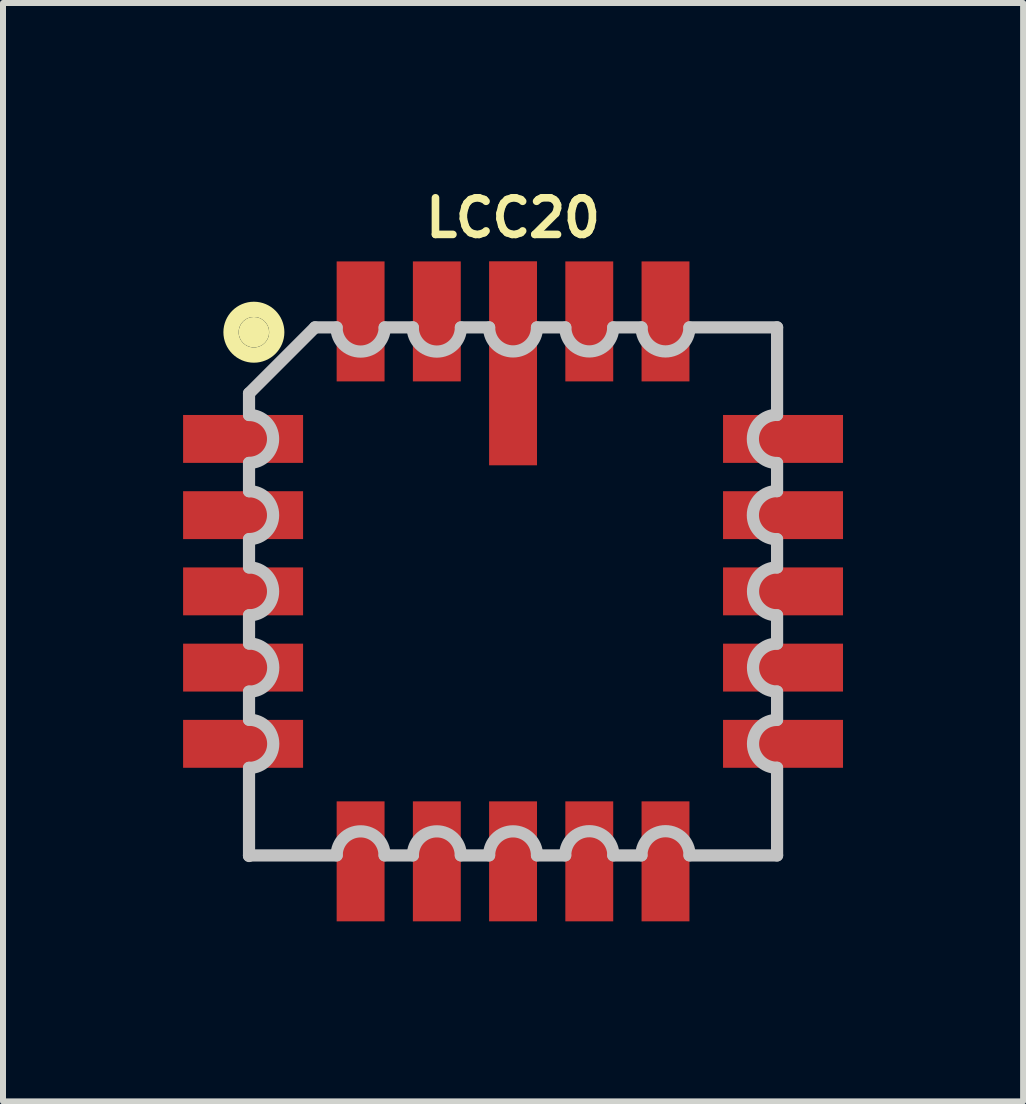
<source format=kicad_pcb>
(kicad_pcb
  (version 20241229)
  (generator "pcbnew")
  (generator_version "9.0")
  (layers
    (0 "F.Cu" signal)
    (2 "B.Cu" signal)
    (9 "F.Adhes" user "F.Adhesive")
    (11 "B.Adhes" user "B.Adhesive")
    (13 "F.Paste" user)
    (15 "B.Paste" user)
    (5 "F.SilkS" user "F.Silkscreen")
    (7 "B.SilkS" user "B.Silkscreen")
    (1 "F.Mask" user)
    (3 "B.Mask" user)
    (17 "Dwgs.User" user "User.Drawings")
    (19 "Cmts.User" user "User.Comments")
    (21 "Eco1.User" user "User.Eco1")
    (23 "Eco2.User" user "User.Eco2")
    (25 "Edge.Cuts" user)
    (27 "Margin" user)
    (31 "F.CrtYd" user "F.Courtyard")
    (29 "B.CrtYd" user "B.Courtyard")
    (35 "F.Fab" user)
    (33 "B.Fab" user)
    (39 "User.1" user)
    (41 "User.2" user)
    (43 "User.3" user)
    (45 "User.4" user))
  (footprint "LCC20"
    (layer "F.Cu")
    (at 5.498 6.803)
    (property "Reference" "LCC20" (at 0 -6.223 0) (layer "F.SilkS") (effects (font (size 0.61 0.61) (thickness 0.127))))
    (attr smd)
    (fp_circle (center -4.318 -4.318) (end -4.191 -4.318) (stroke (width 0.254) (type solid)) (fill no) (layer "F.SilkS"))
    (fp_circle (center -4.318 -4.318) (end -3.937 -4.318) (stroke (width 0.254) (type solid)) (fill no) (layer "F.SilkS"))
    (fp_line (start -4.399 -3.299) (end -4.399 -2.939) (stroke (width 0.203) (type solid)) (layer "Dwgs.User"))
    (fp_line (start -4.399 -2.139) (end -4.399 -1.669) (stroke (width 0.203) (type solid)) (layer "Dwgs.User"))
    (fp_line (start -4.399 -0.869) (end -4.399 -0.399) (stroke (width 0.203) (type solid)) (layer "Dwgs.User"))
    (fp_line (start -4.399 0.399) (end -4.399 0.869) (stroke (width 0.203) (type solid)) (layer "Dwgs.User"))
    (fp_line (start -4.399 1.669) (end -4.399 2.139) (stroke (width 0.203) (type solid)) (layer "Dwgs.User"))
    (fp_line (start -4.399 2.939) (end -4.399 4.399) (stroke (width 0.203) (type solid)) (layer "Dwgs.User"))
    (fp_line (start -4.399 4.399) (end -4.399 4.409) (stroke (width 0.203) (type solid)) (layer "Dwgs.User"))
    (fp_line (start -4.399 4.399) (end -2.939 4.399) (stroke (width 0.203) (type solid)) (layer "Dwgs.User"))
    (fp_line (start -3.299 -4.399) (end -4.399 -3.299) (stroke (width 0.203) (type solid)) (layer "Dwgs.User"))
    (fp_line (start -2.939 -4.399) (end -3.299 -4.399) (stroke (width 0.203) (type solid)) (layer "Dwgs.User"))
    (fp_line (start -2.139 4.399) (end -1.669 4.399) (stroke (width 0.203) (type solid)) (layer "Dwgs.User"))
    (fp_line (start -1.669 -4.399) (end -2.139 -4.399) (stroke (width 0.203) (type solid)) (layer "Dwgs.User"))
    (fp_line (start -0.869 4.399) (end -0.399 4.399) (stroke (width 0.203) (type solid)) (layer "Dwgs.User"))
    (fp_line (start -0.399 -4.399) (end -0.869 -4.399) (stroke (width 0.203) (type solid)) (layer "Dwgs.User"))
    (fp_line (start 0.399 4.399) (end 0.869 4.399) (stroke (width 0.203) (type solid)) (layer "Dwgs.User"))
    (fp_line (start 0.869 -4.399) (end 0.399 -4.399) (stroke (width 0.203) (type solid)) (layer "Dwgs.User"))
    (fp_line (start 1.669 4.399) (end 2.139 4.399) (stroke (width 0.203) (type solid)) (layer "Dwgs.User"))
    (fp_line (start 2.139 -4.399) (end 1.669 -4.399) (stroke (width 0.203) (type solid)) (layer "Dwgs.User"))
    (fp_line (start 2.939 4.399) (end 4.399 4.399) (stroke (width 0.203) (type solid)) (layer "Dwgs.User"))
    (fp_line (start 4.399 -4.399) (end 2.939 -4.399) (stroke (width 0.203) (type solid)) (layer "Dwgs.User"))
    (fp_line (start 4.399 -2.939) (end 4.399 -4.399) (stroke (width 0.203) (type solid)) (layer "Dwgs.User"))
    (fp_line (start 4.399 -1.669) (end 4.399 -2.139) (stroke (width 0.203) (type solid)) (layer "Dwgs.User"))
    (fp_line (start 4.399 -0.399) (end 4.399 -0.869) (stroke (width 0.203) (type solid)) (layer "Dwgs.User"))
    (fp_line (start 4.399 0.869) (end 4.399 0.399) (stroke (width 0.203) (type solid)) (layer "Dwgs.User"))
    (fp_line (start 4.399 2.139) (end 4.399 1.669) (stroke (width 0.203) (type solid)) (layer "Dwgs.User"))
    (fp_line (start 4.399 4.399) (end 4.399 2.939) (stroke (width 0.203) (type solid)) (layer "Dwgs.User"))
    (fp_arc (start -4.39674 -2.93878) (mid -3.99796 -2.54) (end -4.39674 -2.14122) (stroke (width 0.2032) (type solid)) (layer "Dwgs.User"))
    (fp_arc (start -4.39674 -1.66878) (mid -3.99796 -1.27) (end -4.39674 -0.87122) (stroke (width 0.2032) (type solid)) (layer "Dwgs.User"))
    (fp_arc (start -4.39674 -0.39878) (mid -3.99796 0) (end -4.39674 0.39878) (stroke (width 0.2032) (type solid)) (layer "Dwgs.User"))
    (fp_arc (start -4.39674 0.86868) (mid -3.99542 1.27) (end -4.39674 1.67132) (stroke (width 0.2032) (type solid)) (layer "Dwgs.User"))
    (fp_arc (start -4.39674 2.13868) (mid -3.99542 2.54) (end -4.39674 2.94132) (stroke (width 0.2032) (type solid)) (layer "Dwgs.User"))
    (fp_arc (start -2.93878 4.39674) (mid -2.54 3.99796) (end -2.14122 4.39674) (stroke (width 0.2032) (type solid)) (layer "Dwgs.User"))
    (fp_arc (start -2.13868 -4.39674) (mid -2.54 -3.99542) (end -2.94132 -4.39674) (stroke (width 0.2032) (type solid)) (layer "Dwgs.User"))
    (fp_arc (start -1.66878 4.39674) (mid -1.27 3.99796) (end -0.87122 4.39674) (stroke (width 0.2032) (type solid)) (layer "Dwgs.User"))
    (fp_arc (start -0.86868 -4.39674) (mid -1.27 -3.99542) (end -1.67132 -4.39674) (stroke (width 0.2032) (type solid)) (layer "Dwgs.User"))
    (fp_arc (start -0.39878 4.39674) (mid 0 3.99796) (end 0.39878 4.39674) (stroke (width 0.2032) (type solid)) (layer "Dwgs.User"))
    (fp_arc (start 0.39878 -4.39674) (mid 0 -3.99796) (end -0.39878 -4.39674) (stroke (width 0.2032) (type solid)) (layer "Dwgs.User"))
    (fp_arc (start 0.86868 4.39674) (mid 1.27 3.99542) (end 1.67132 4.39674) (stroke (width 0.2032) (type solid)) (layer "Dwgs.User"))
    (fp_arc (start 1.66878 -4.39674) (mid 1.27 -3.99796) (end 0.87122 -4.39674) (stroke (width 0.2032) (type solid)) (layer "Dwgs.User"))
    (fp_arc (start 2.13868 4.39674) (mid 2.54 3.99542) (end 2.94132 4.39674) (stroke (width 0.2032) (type solid)) (layer "Dwgs.User"))
    (fp_arc (start 2.93878 -4.39674) (mid 2.54 -3.99796) (end 2.14122 -4.39674) (stroke (width 0.2032) (type solid)) (layer "Dwgs.User"))
    (fp_arc (start 4.39674 -2.13868) (mid 3.99542 -2.54) (end 4.39674 -2.94132) (stroke (width 0.2032) (type solid)) (layer "Dwgs.User"))
    (fp_arc (start 4.39674 -0.86868) (mid 3.99542 -1.27) (end 4.39674 -1.67132) (stroke (width 0.2032) (type solid)) (layer "Dwgs.User"))
    (fp_arc (start 4.39674 0.39878) (mid 3.99796 0) (end 4.39674 -0.39878) (stroke (width 0.2032) (type solid)) (layer "Dwgs.User"))
    (fp_arc (start 4.39674 1.66878) (mid 3.99796 1.27) (end 4.39674 0.87122) (stroke (width 0.2032) (type solid)) (layer "Dwgs.User"))
    (fp_arc (start 4.39674 2.93878) (mid 3.99796 2.54) (end 4.39674 2.14122) (stroke (width 0.2032) (type solid)) (layer "Dwgs.User"))
    (pad "1" smd rect (at 0 -3.8) (size 0.798 3.399) (layers "F.Cu" "F.Mask" "F.Paste"))
    (pad "2" smd rect (at -1.27 -4.498) (size 0.798 1.999) (layers "F.Cu" "F.Mask" "F.Paste"))
    (pad "3" smd rect (at -2.54 -4.498) (size 0.798 1.999) (layers "F.Cu" "F.Mask" "F.Paste"))
    (pad "4" smd rect (at -4.498 -2.54) (size 1.999 0.798) (layers "F.Cu" "F.Mask" "F.Paste"))
    (pad "5" smd rect (at -4.498 -1.27) (size 1.999 0.798) (layers "F.Cu" "F.Mask" "F.Paste"))
    (pad "6" smd rect (at -4.498 0) (size 1.999 0.798) (layers "F.Cu" "F.Mask" "F.Paste"))
    (pad "7" smd rect (at -4.498 1.27) (size 1.999 0.798) (layers "F.Cu" "F.Mask" "F.Paste"))
    (pad "8" smd rect (at -4.498 2.54) (size 1.999 0.798) (layers "F.Cu" "F.Mask" "F.Paste"))
    (pad "9" smd rect (at -2.54 4.498) (size 0.798 1.999) (layers "F.Cu" "F.Mask" "F.Paste"))
    (pad "10" smd rect (at -1.27 4.498) (size 0.798 1.999) (layers "F.Cu" "F.Mask" "F.Paste"))
    (pad "11" smd rect (at 0 4.498) (size 0.798 1.999) (layers "F.Cu" "F.Mask" "F.Paste"))
    (pad "12" smd rect (at 1.27 4.498) (size 0.798 1.999) (layers "F.Cu" "F.Mask" "F.Paste"))
    (pad "13" smd rect (at 2.54 4.498) (size 0.798 1.999) (layers "F.Cu" "F.Mask" "F.Paste"))
    (pad "14" smd rect (at 4.498 2.54) (size 1.999 0.798) (layers "F.Cu" "F.Mask" "F.Paste"))
    (pad "15" smd rect (at 4.498 1.27) (size 1.999 0.798) (layers "F.Cu" "F.Mask" "F.Paste"))
    (pad "16" smd rect (at 4.498 0) (size 1.999 0.798) (layers "F.Cu" "F.Mask" "F.Paste"))
    (pad "17" smd rect (at 4.498 -1.27) (size 1.999 0.798) (layers "F.Cu" "F.Mask" "F.Paste"))
    (pad "18" smd rect (at 4.498 -2.54) (size 1.999 0.798) (layers "F.Cu" "F.Mask" "F.Paste"))
    (pad "19" smd rect (at 2.54 -4.498) (size 0.798 1.999) (layers "F.Cu" "F.Mask" "F.Paste"))
    (pad "20" smd rect (at 1.27 -4.498) (size 0.798 1.999) (layers "F.Cu" "F.Mask" "F.Paste")))
  (gr_rect
    (start -3 -3)
    (end 13.996 15.3)
    (stroke (width 0.1) (type default))
    (fill no)
    (layer "Edge.Cuts")))
</source>
